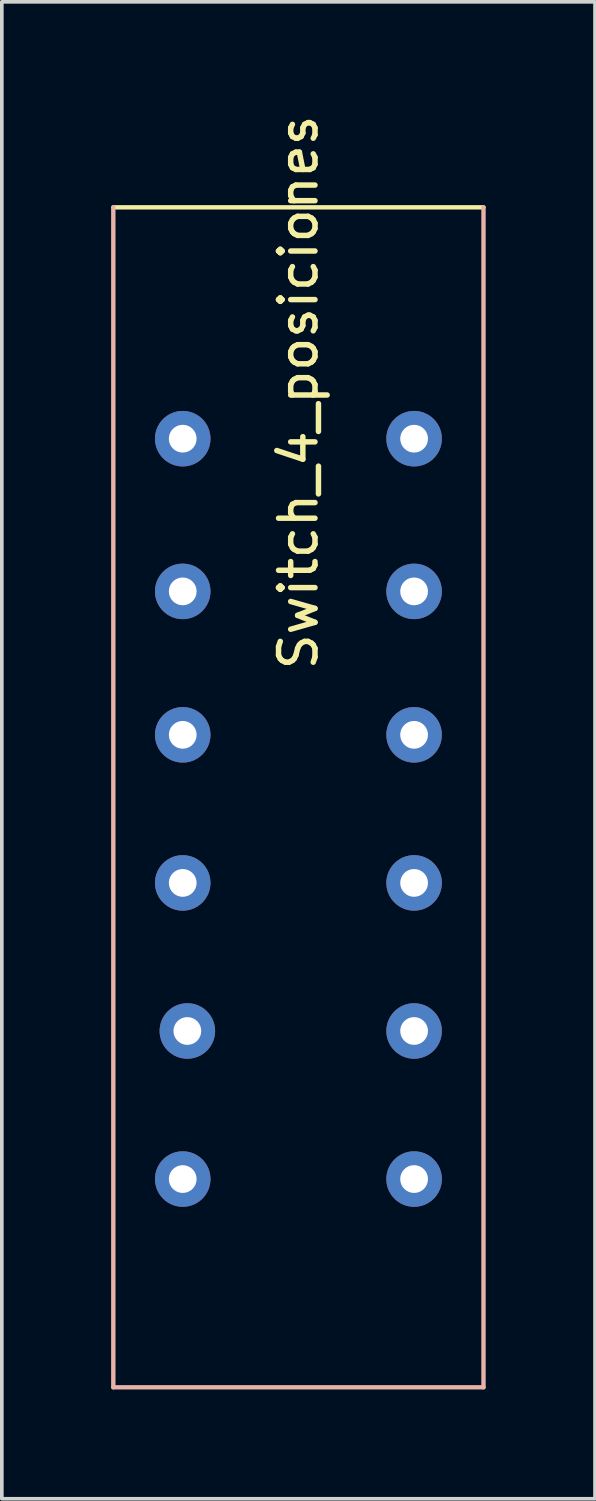
<source format=kicad_pcb>
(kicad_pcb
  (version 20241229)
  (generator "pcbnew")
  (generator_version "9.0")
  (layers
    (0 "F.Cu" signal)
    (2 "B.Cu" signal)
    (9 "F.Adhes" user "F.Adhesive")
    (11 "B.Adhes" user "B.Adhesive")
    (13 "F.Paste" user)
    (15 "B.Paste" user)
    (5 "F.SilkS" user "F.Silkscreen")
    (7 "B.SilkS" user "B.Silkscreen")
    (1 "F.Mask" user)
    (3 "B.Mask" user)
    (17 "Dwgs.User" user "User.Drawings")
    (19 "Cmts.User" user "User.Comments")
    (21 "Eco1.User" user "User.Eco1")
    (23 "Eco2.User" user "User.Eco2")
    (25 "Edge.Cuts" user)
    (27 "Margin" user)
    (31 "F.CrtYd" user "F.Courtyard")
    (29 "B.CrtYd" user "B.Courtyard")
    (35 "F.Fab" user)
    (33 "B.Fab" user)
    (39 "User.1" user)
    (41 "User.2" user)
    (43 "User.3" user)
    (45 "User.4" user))
  (footprint "Switch_4_posiciones"
    (layer "F.Cu")
    (at 5.14 8.99)
    (property "Reference" "Switch_4_posiciones" (at 0 -1.27 90) (layer "F.SilkS") (effects (font (size 1 1) (thickness 0.15))))
    (attr through_hole)
    (fp_line (start -5.08 -6.35) (end 5.08 -6.35) (stroke (width 0.12) (type solid)) (layer "F.SilkS"))
    (fp_line (start -5.08 26.035) (end -5.08 -6.35) (stroke (width 0.12) (type solid)) (layer "B.SilkS"))
    (fp_line (start 5.08 -6.35) (end 5.08 26.035) (stroke (width 0.12) (type solid)) (layer "B.SilkS"))
    (fp_line (start 5.08 26.035) (end -5.08 26.035) (stroke (width 0.12) (type solid)) (layer "B.SilkS"))
    (pad "1" thru_hole circle (at -3.175 0) (size 1.524 1.524) (drill 0.762) (layers "*.Mask" "B.Cu"))
    (pad "2" thru_hole circle (at 3.175 0) (size 1.524 1.524) (drill 0.762) (layers "*.Mask" "B.Cu"))
    (pad "3" thru_hole circle (at -3.175 4.191) (size 1.524 1.524) (drill 0.762) (layers "*.Mask" "B.Cu"))
    (pad "4" thru_hole circle (at 3.175 4.191) (size 1.524 1.524) (drill 0.762) (layers "*.Mask" "B.Cu"))
    (pad "5" thru_hole circle (at -3.175 8.128) (size 1.524 1.524) (drill 0.762) (layers "*.Mask" "B.Cu"))
    (pad "6" thru_hole circle (at 3.175 8.128) (size 1.524 1.524) (drill 0.762) (layers "*.Mask" "B.Cu"))
    (pad "7" thru_hole circle (at -3.175 12.192) (size 1.524 1.524) (drill 0.762) (layers "*.Mask" "B.Cu"))
    (pad "8" thru_hole circle (at 3.175 12.192) (size 1.524 1.524) (drill 0.762) (layers "*.Mask" "B.Cu"))
    (pad "9" thru_hole circle (at -3.048 16.256) (size 1.524 1.524) (drill 0.762) (layers "*.Mask" "B.Cu"))
    (pad "10" thru_hole circle (at 3.175 16.256) (size 1.524 1.524) (drill 0.762) (layers "*.Mask" "B.Cu"))
    (pad "11" thru_hole circle (at -3.175 20.32) (size 1.524 1.524) (drill 0.762) (layers "*.Mask" "B.Cu"))
    (pad "12" thru_hole circle (at 3.175 20.32) (size 1.524 1.524) (drill 0.762) (layers "*.Mask" "B.Cu")))
  (gr_rect
    (start -3 -3)
    (end 13.28 38.085)
    (stroke (width 0.1) (type default))
    (fill no)
    (layer "Edge.Cuts")))
</source>
